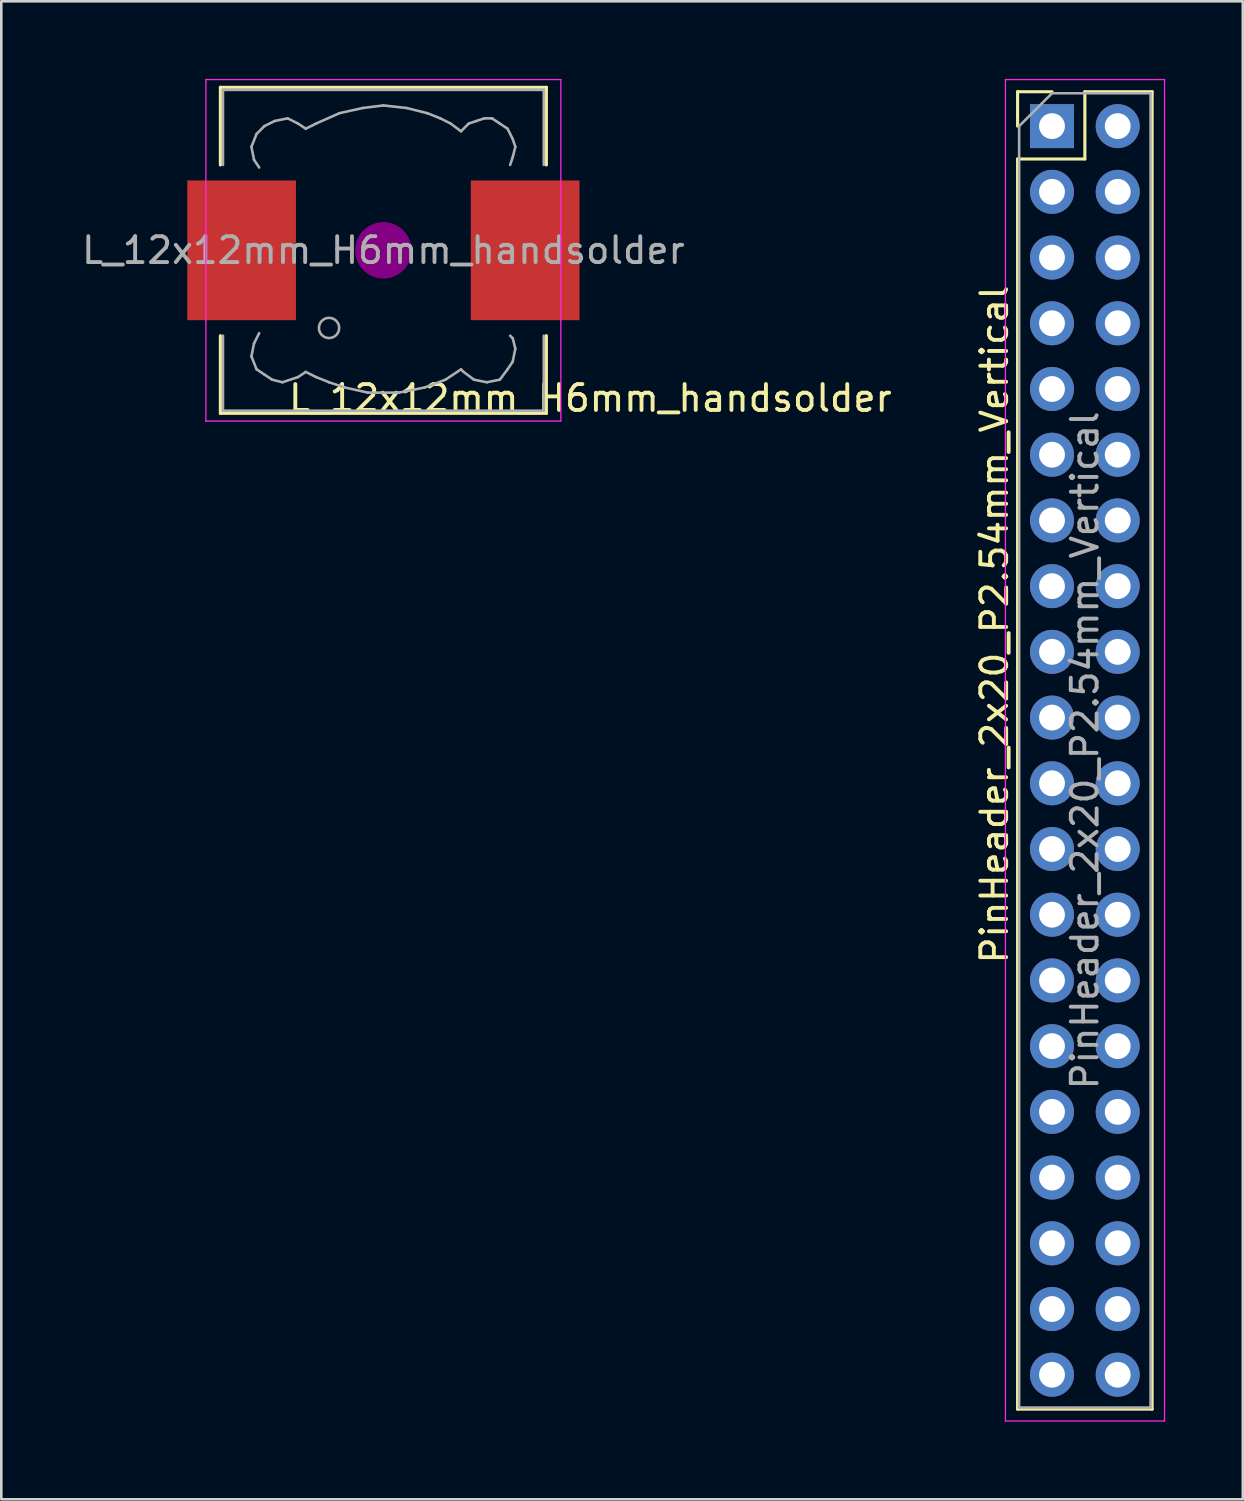
<source format=kicad_pcb>
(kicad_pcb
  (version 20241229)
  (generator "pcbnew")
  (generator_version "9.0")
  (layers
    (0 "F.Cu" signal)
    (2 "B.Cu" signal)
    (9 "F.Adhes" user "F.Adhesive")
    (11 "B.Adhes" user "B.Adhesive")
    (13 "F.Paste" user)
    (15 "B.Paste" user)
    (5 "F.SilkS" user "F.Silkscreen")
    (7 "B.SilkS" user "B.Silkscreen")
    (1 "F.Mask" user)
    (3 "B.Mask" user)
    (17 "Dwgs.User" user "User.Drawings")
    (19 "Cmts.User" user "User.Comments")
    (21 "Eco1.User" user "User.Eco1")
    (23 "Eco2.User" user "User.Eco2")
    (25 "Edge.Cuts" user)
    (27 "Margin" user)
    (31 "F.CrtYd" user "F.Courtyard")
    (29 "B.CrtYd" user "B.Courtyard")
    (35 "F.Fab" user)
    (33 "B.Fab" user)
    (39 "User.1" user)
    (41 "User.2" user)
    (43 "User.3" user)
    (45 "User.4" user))
  (footprint "L_12x12mm_H6mm_handsolder"
    (layer "F.Cu")
    (at 11.768 6.625)
    (property "Reference" "L_12x12mm_H6mm_handsolder" (at 8.001 5.715 0) (layer "F.SilkS") (effects (font (size 1 1) (thickness 0.15))))
    (attr smd)
    (fp_line (start -6.3 -6.3) (end 6.3 -6.3) (stroke (width 0.12) (type solid)) (layer "F.SilkS"))
    (fp_line (start -6.3 -3.3) (end -6.3 -6.3) (stroke (width 0.12) (type solid)) (layer "F.SilkS"))
    (fp_line (start -6.3 6.3) (end -6.3 3.3) (stroke (width 0.12) (type solid)) (layer "F.SilkS"))
    (fp_line (start 6.3 -6.3) (end 6.3 -3.3) (stroke (width 0.12) (type solid)) (layer "F.SilkS"))
    (fp_line (start 6.3 3.3) (end 6.3 6.3) (stroke (width 0.12) (type solid)) (layer "F.SilkS"))
    (fp_line (start 6.3 6.3) (end -6.3 6.3) (stroke (width 0.12) (type solid)) (layer "F.SilkS"))
    (fp_circle (center 0 0) (end 0.15 0.15) (stroke (width 0.38) (type solid)) (fill no) (layer "F.Adhes"))
    (fp_circle (center 0 0) (end 0.55 0) (stroke (width 0.38) (type solid)) (fill no) (layer "F.Adhes"))
    (fp_circle (center 0 0) (end 0.9 0) (stroke (width 0.38) (type solid)) (fill no) (layer "F.Adhes"))
    (fp_line (start -6.86 -6.6) (end 6.86 -6.6) (stroke (width 0.05) (type solid)) (layer "F.CrtYd"))
    (fp_line (start -6.86 6.6) (end -6.86 -6.6) (stroke (width 0.05) (type solid)) (layer "F.CrtYd"))
    (fp_line (start 6.86 -6.6) (end 6.86 6.6) (stroke (width 0.05) (type solid)) (layer "F.CrtYd"))
    (fp_line (start 6.86 6.6) (end -6.86 6.6) (stroke (width 0.05) (type solid)) (layer "F.CrtYd"))
    (fp_line (start -6.2 -6.2) (end -6.2 -3.3) (stroke (width 0.1) (type solid)) (layer "F.Fab"))
    (fp_line (start -6.2 3.3) (end -6.2 6.2) (stroke (width 0.1) (type solid)) (layer "F.Fab"))
    (fp_line (start -6.2 6.2) (end 6.2 6.2) (stroke (width 0.1) (type solid)) (layer "F.Fab"))
    (fp_line (start -5.1 -4) (end -5 -3.5) (stroke (width 0.1) (type solid)) (layer "F.Fab"))
    (fp_line (start -5.1 4.1) (end -5 3.6) (stroke (width 0.1) (type solid)) (layer "F.Fab"))
    (fp_line (start -5 -3.5) (end -4.8 -3.2) (stroke (width 0.1) (type solid)) (layer "F.Fab"))
    (fp_line (start -5 3.6) (end -4.8 3.2) (stroke (width 0.1) (type solid)) (layer "F.Fab"))
    (fp_line (start -4.9 -4.5) (end -5.1 -4) (stroke (width 0.1) (type solid)) (layer "F.Fab"))
    (fp_line (start -4.9 4.6) (end -5.1 4.1) (stroke (width 0.1) (type solid)) (layer "F.Fab"))
    (fp_line (start -4.6 -4.8) (end -4.9 -4.5) (stroke (width 0.1) (type solid)) (layer "F.Fab"))
    (fp_line (start -4.6 4.8) (end -4.9 4.6) (stroke (width 0.1) (type solid)) (layer "F.Fab"))
    (fp_line (start -4.3 5) (end -4.6 4.8) (stroke (width 0.1) (type solid)) (layer "F.Fab"))
    (fp_line (start -4.2 -5) (end -4.6 -4.8) (stroke (width 0.1) (type solid)) (layer "F.Fab"))
    (fp_line (start -3.9 5.1) (end -4.3 5) (stroke (width 0.1) (type solid)) (layer "F.Fab"))
    (fp_line (start -3.7 -5.1) (end -4.2 -5) (stroke (width 0.1) (type solid)) (layer "F.Fab"))
    (fp_line (start -3.3 -4.9) (end -3.7 -5.1) (stroke (width 0.1) (type solid)) (layer "F.Fab"))
    (fp_line (start -3.3 4.9) (end -3.9 5.1) (stroke (width 0.1) (type solid)) (layer "F.Fab"))
    (fp_line (start -3 -4.7) (end -3.3 -4.9) (stroke (width 0.1) (type solid)) (layer "F.Fab"))
    (fp_line (start -3 4.7) (end -3.3 4.9) (stroke (width 0.1) (type solid)) (layer "F.Fab"))
    (fp_line (start -2.6 -4.9) (end -3 -4.7) (stroke (width 0.1) (type solid)) (layer "F.Fab"))
    (fp_line (start -2.6 4.9) (end -3 4.7) (stroke (width 0.1) (type solid)) (layer "F.Fab"))
    (fp_line (start -2.1 5.1) (end -2.6 4.9) (stroke (width 0.1) (type solid)) (layer "F.Fab"))
    (fp_line (start -1.7 -5.3) (end -2.6 -4.9) (stroke (width 0.1) (type solid)) (layer "F.Fab"))
    (fp_line (start -1.5 5.3) (end -2.1 5.1) (stroke (width 0.1) (type solid)) (layer "F.Fab"))
    (fp_line (start -0.8 -5.5) (end -1.7 -5.3) (stroke (width 0.1) (type solid)) (layer "F.Fab"))
    (fp_line (start -0.6 5.5) (end -1.5 5.3) (stroke (width 0.1) (type solid)) (layer "F.Fab"))
    (fp_line (start 0 -5.6) (end -0.8 -5.5) (stroke (width 0.1) (type solid)) (layer "F.Fab"))
    (fp_line (start 0.6 5.5) (end -0.6 5.5) (stroke (width 0.1) (type solid)) (layer "F.Fab"))
    (fp_line (start 0.9 -5.5) (end 0 -5.6) (stroke (width 0.1) (type solid)) (layer "F.Fab"))
    (fp_line (start 1.6 5.3) (end 0.6 5.5) (stroke (width 0.1) (type solid)) (layer "F.Fab"))
    (fp_line (start 1.7 -5.3) (end 0.9 -5.5) (stroke (width 0.1) (type solid)) (layer "F.Fab"))
    (fp_line (start 2.2 -5.1) (end 1.7 -5.3) (stroke (width 0.1) (type solid)) (layer "F.Fab"))
    (fp_line (start 2.4 5) (end 1.6 5.3) (stroke (width 0.1) (type solid)) (layer "F.Fab"))
    (fp_line (start 2.6 -4.9) (end 2.2 -5.1) (stroke (width 0.1) (type solid)) (layer "F.Fab"))
    (fp_line (start 3 -4.6) (end 2.6 -4.9) (stroke (width 0.1) (type solid)) (layer "F.Fab"))
    (fp_line (start 3 4.6) (end 2.4 5) (stroke (width 0.1) (type solid)) (layer "F.Fab"))
    (fp_line (start 3.1 4.7) (end 3 4.6) (stroke (width 0.1) (type solid)) (layer "F.Fab"))
    (fp_line (start 3.3 -4.9) (end 3 -4.6) (stroke (width 0.1) (type solid)) (layer "F.Fab"))
    (fp_line (start 3.5 5) (end 3.1 4.7) (stroke (width 0.1) (type solid)) (layer "F.Fab"))
    (fp_line (start 3.6 -5) (end 3.3 -4.9) (stroke (width 0.1) (type solid)) (layer "F.Fab"))
    (fp_line (start 3.9 -5.1) (end 3.6 -5) (stroke (width 0.1) (type solid)) (layer "F.Fab"))
    (fp_line (start 4 5.1) (end 3.5 5) (stroke (width 0.1) (type solid)) (layer "F.Fab"))
    (fp_line (start 4.2 -5.1) (end 3.9 -5.1) (stroke (width 0.1) (type solid)) (layer "F.Fab"))
    (fp_line (start 4.5 -4.9) (end 4.2 -5.1) (stroke (width 0.1) (type solid)) (layer "F.Fab"))
    (fp_line (start 4.5 5) (end 4 5.1) (stroke (width 0.1) (type solid)) (layer "F.Fab"))
    (fp_line (start 4.8 -4.7) (end 4.5 -4.9) (stroke (width 0.1) (type solid)) (layer "F.Fab"))
    (fp_line (start 4.8 4.6) (end 4.5 5) (stroke (width 0.1) (type solid)) (layer "F.Fab"))
    (fp_line (start 4.9 -3.3) (end 5 -3.6) (stroke (width 0.1) (type solid)) (layer "F.Fab"))
    (fp_line (start 4.9 3.3) (end 5 3.4) (stroke (width 0.1) (type solid)) (layer "F.Fab"))
    (fp_line (start 5 -4.3) (end 4.8 -4.7) (stroke (width 0.1) (type solid)) (layer "F.Fab"))
    (fp_line (start 5 -3.6) (end 5.1 -4) (stroke (width 0.1) (type solid)) (layer "F.Fab"))
    (fp_line (start 5 3.4) (end 5.1 3.8) (stroke (width 0.1) (type solid)) (layer "F.Fab"))
    (fp_line (start 5 4.3) (end 4.8 4.6) (stroke (width 0.1) (type solid)) (layer "F.Fab"))
    (fp_line (start 5.1 -4) (end 5 -4.3) (stroke (width 0.1) (type solid)) (layer "F.Fab"))
    (fp_line (start 5.1 3.8) (end 5 4.3) (stroke (width 0.1) (type solid)) (layer "F.Fab"))
    (fp_line (start 6.2 -6.2) (end -6.2 -6.2) (stroke (width 0.1) (type solid)) (layer "F.Fab"))
    (fp_line (start 6.2 -6.2) (end 6.2 -3.3) (stroke (width 0.1) (type solid)) (layer "F.Fab"))
    (fp_line (start 6.2 6.2) (end 6.2 3.3) (stroke (width 0.1) (type solid)) (layer "F.Fab"))
    (fp_circle (center -2.1 3) (end -1.8 3.25) (stroke (width 0.1) (type solid)) (fill no) (layer "F.Fab"))
    (fp_text user "${REFERENCE}" (at 0 0 0) (layer "F.Fab") (effects (font (size 1 1) (thickness 0.15))))
    (pad "1" smd rect (at -5.48 0) (size 4.2 5.4) (layers "F.Cu" "F.Mask" "F.Paste"))
    (pad "2" smd rect (at 5.48 0) (size 4.2 5.4) (layers "F.Cu" "F.Mask" "F.Paste")))
  (footprint "PinHeader_2x20_P2.54mm_Vertical"
    (layer "F.Cu")
    (at 37.611 1.825)
    (property "Reference" "PinHeader_2x20_P2.54mm_Vertical" (at -2.226 19.262 90) (layer "F.SilkS") (effects (font (size 1 1) (thickness 0.15))))
    (attr through_hole)
    (fp_line (start -1.33 -1.33) (end 0 -1.33) (stroke (width 0.12) (type solid)) (layer "F.SilkS"))
    (fp_line (start -1.33 0) (end -1.33 -1.33) (stroke (width 0.12) (type solid)) (layer "F.SilkS"))
    (fp_line (start -1.33 1.27) (end -1.33 49.59) (stroke (width 0.12) (type solid)) (layer "F.SilkS"))
    (fp_line (start -1.33 1.27) (end 1.27 1.27) (stroke (width 0.12) (type solid)) (layer "F.SilkS"))
    (fp_line (start -1.33 49.59) (end 3.87 49.59) (stroke (width 0.12) (type solid)) (layer "F.SilkS"))
    (fp_line (start 1.27 -1.33) (end 3.87 -1.33) (stroke (width 0.12) (type solid)) (layer "F.SilkS"))
    (fp_line (start 1.27 1.27) (end 1.27 -1.33) (stroke (width 0.12) (type solid)) (layer "F.SilkS"))
    (fp_line (start 3.87 -1.33) (end 3.87 49.59) (stroke (width 0.12) (type solid)) (layer "F.SilkS"))
    (fp_line (start -1.8 -1.8) (end -1.8 50.05) (stroke (width 0.05) (type solid)) (layer "F.CrtYd"))
    (fp_line (start -1.8 50.05) (end 4.35 50.05) (stroke (width 0.05) (type solid)) (layer "F.CrtYd"))
    (fp_line (start 4.35 -1.8) (end -1.8 -1.8) (stroke (width 0.05) (type solid)) (layer "F.CrtYd"))
    (fp_line (start 4.35 50.05) (end 4.35 -1.8) (stroke (width 0.05) (type solid)) (layer "F.CrtYd"))
    (fp_line (start -1.27 0) (end 0 -1.27) (stroke (width 0.1) (type solid)) (layer "F.Fab"))
    (fp_line (start -1.27 49.53) (end -1.27 0) (stroke (width 0.1) (type solid)) (layer "F.Fab"))
    (fp_line (start 0 -1.27) (end 3.81 -1.27) (stroke (width 0.1) (type solid)) (layer "F.Fab"))
    (fp_line (start 3.81 -1.27) (end 3.81 49.53) (stroke (width 0.1) (type solid)) (layer "F.Fab"))
    (fp_line (start 3.81 49.53) (end -1.27 49.53) (stroke (width 0.1) (type solid)) (layer "F.Fab"))
    (fp_text user "${REFERENCE}" (at 1.27 24.13 90) (layer "F.Fab") (effects (font (size 1 1) (thickness 0.15))))
    (pad "1" thru_hole rect (at 0 0) (size 1.7 1.7) (drill 1) (layers "*.Cu" "*.Mask"))
    (pad "2" thru_hole oval (at 2.54 0) (size 1.7 1.7) (drill 1) (layers "*.Cu" "*.Mask"))
    (pad "3" thru_hole oval (at 0 2.54) (size 1.7 1.7) (drill 1) (layers "*.Cu" "*.Mask"))
    (pad "4" thru_hole oval (at 2.54 2.54) (size 1.7 1.7) (drill 1) (layers "*.Cu" "*.Mask"))
    (pad "5" thru_hole oval (at 0 5.08) (size 1.7 1.7) (drill 1) (layers "*.Cu" "*.Mask"))
    (pad "6" thru_hole oval (at 2.54 5.08) (size 1.7 1.7) (drill 1) (layers "*.Cu" "*.Mask"))
    (pad "7" thru_hole oval (at 0 7.62) (size 1.7 1.7) (drill 1) (layers "*.Cu" "*.Mask"))
    (pad "8" thru_hole oval (at 2.54 7.62) (size 1.7 1.7) (drill 1) (layers "*.Cu" "*.Mask"))
    (pad "9" thru_hole oval (at 0 10.16) (size 1.7 1.7) (drill 1) (layers "*.Cu" "*.Mask"))
    (pad "10" thru_hole oval (at 2.54 10.16) (size 1.7 1.7) (drill 1) (layers "*.Cu" "*.Mask"))
    (pad "11" thru_hole oval (at 0 12.7) (size 1.7 1.7) (drill 1) (layers "*.Cu" "*.Mask"))
    (pad "12" thru_hole oval (at 2.54 12.7) (size 1.7 1.7) (drill 1) (layers "*.Cu" "*.Mask"))
    (pad "13" thru_hole oval (at 0 15.24) (size 1.7 1.7) (drill 1) (layers "*.Cu" "*.Mask"))
    (pad "14" thru_hole oval (at 2.54 15.24) (size 1.7 1.7) (drill 1) (layers "*.Cu" "*.Mask"))
    (pad "15" thru_hole oval (at 0 17.78) (size 1.7 1.7) (drill 1) (layers "*.Cu" "*.Mask"))
    (pad "16" thru_hole oval (at 2.54 17.78) (size 1.7 1.7) (drill 1) (layers "*.Cu" "*.Mask"))
    (pad "17" thru_hole oval (at 0 20.32) (size 1.7 1.7) (drill 1) (layers "*.Cu" "*.Mask"))
    (pad "18" thru_hole oval (at 2.54 20.32) (size 1.7 1.7) (drill 1) (layers "*.Cu" "*.Mask"))
    (pad "19" thru_hole oval (at 0 22.86) (size 1.7 1.7) (drill 1) (layers "*.Cu" "*.Mask"))
    (pad "20" thru_hole oval (at 2.54 22.86) (size 1.7 1.7) (drill 1) (layers "*.Cu" "*.Mask"))
    (pad "21" thru_hole oval (at 0 25.4) (size 1.7 1.7) (drill 1) (layers "*.Cu" "*.Mask"))
    (pad "22" thru_hole oval (at 2.54 25.4) (size 1.7 1.7) (drill 1) (layers "*.Cu" "*.Mask"))
    (pad "23" thru_hole oval (at 0 27.94) (size 1.7 1.7) (drill 1) (layers "*.Cu" "*.Mask"))
    (pad "24" thru_hole oval (at 2.54 27.94) (size 1.7 1.7) (drill 1) (layers "*.Cu" "*.Mask"))
    (pad "25" thru_hole oval (at 0 30.48) (size 1.7 1.7) (drill 1) (layers "*.Cu" "*.Mask"))
    (pad "26" thru_hole oval (at 2.54 30.48) (size 1.7 1.7) (drill 1) (layers "*.Cu" "*.Mask"))
    (pad "27" thru_hole oval (at 0 33.02) (size 1.7 1.7) (drill 1) (layers "*.Cu" "*.Mask"))
    (pad "28" thru_hole oval (at 2.54 33.02) (size 1.7 1.7) (drill 1) (layers "*.Cu" "*.Mask"))
    (pad "29" thru_hole oval (at 0 35.56) (size 1.7 1.7) (drill 1) (layers "*.Cu" "*.Mask"))
    (pad "30" thru_hole oval (at 2.54 35.56) (size 1.7 1.7) (drill 1) (layers "*.Cu" "*.Mask"))
    (pad "31" thru_hole oval (at 0 38.1) (size 1.7 1.7) (drill 1) (layers "*.Cu" "*.Mask"))
    (pad "32" thru_hole oval (at 2.54 38.1) (size 1.7 1.7) (drill 1) (layers "*.Cu" "*.Mask"))
    (pad "33" thru_hole oval (at 0 40.64) (size 1.7 1.7) (drill 1) (layers "*.Cu" "*.Mask"))
    (pad "34" thru_hole oval (at 2.54 40.64) (size 1.7 1.7) (drill 1) (layers "*.Cu" "*.Mask"))
    (pad "35" thru_hole oval (at 0 43.18) (size 1.7 1.7) (drill 1) (layers "*.Cu" "*.Mask"))
    (pad "36" thru_hole oval (at 2.54 43.18) (size 1.7 1.7) (drill 1) (layers "*.Cu" "*.Mask"))
    (pad "37" thru_hole oval (at 0 45.72) (size 1.7 1.7) (drill 1) (layers "*.Cu" "*.Mask"))
    (pad "38" thru_hole oval (at 2.54 45.72) (size 1.7 1.7) (drill 1) (layers "*.Cu" "*.Mask"))
    (pad "39" thru_hole oval (at 0 48.26) (size 1.7 1.7) (drill 1) (layers "*.Cu" "*.Mask"))
    (pad "40" thru_hole oval (at 2.54 48.26) (size 1.7 1.7) (drill 1) (layers "*.Cu" "*.Mask")))
  (gr_rect
    (start -3 -3)
    (end 44.986 54.9)
    (stroke (width 0.1) (type default))
    (fill no)
    (layer "Edge.Cuts")))
</source>
